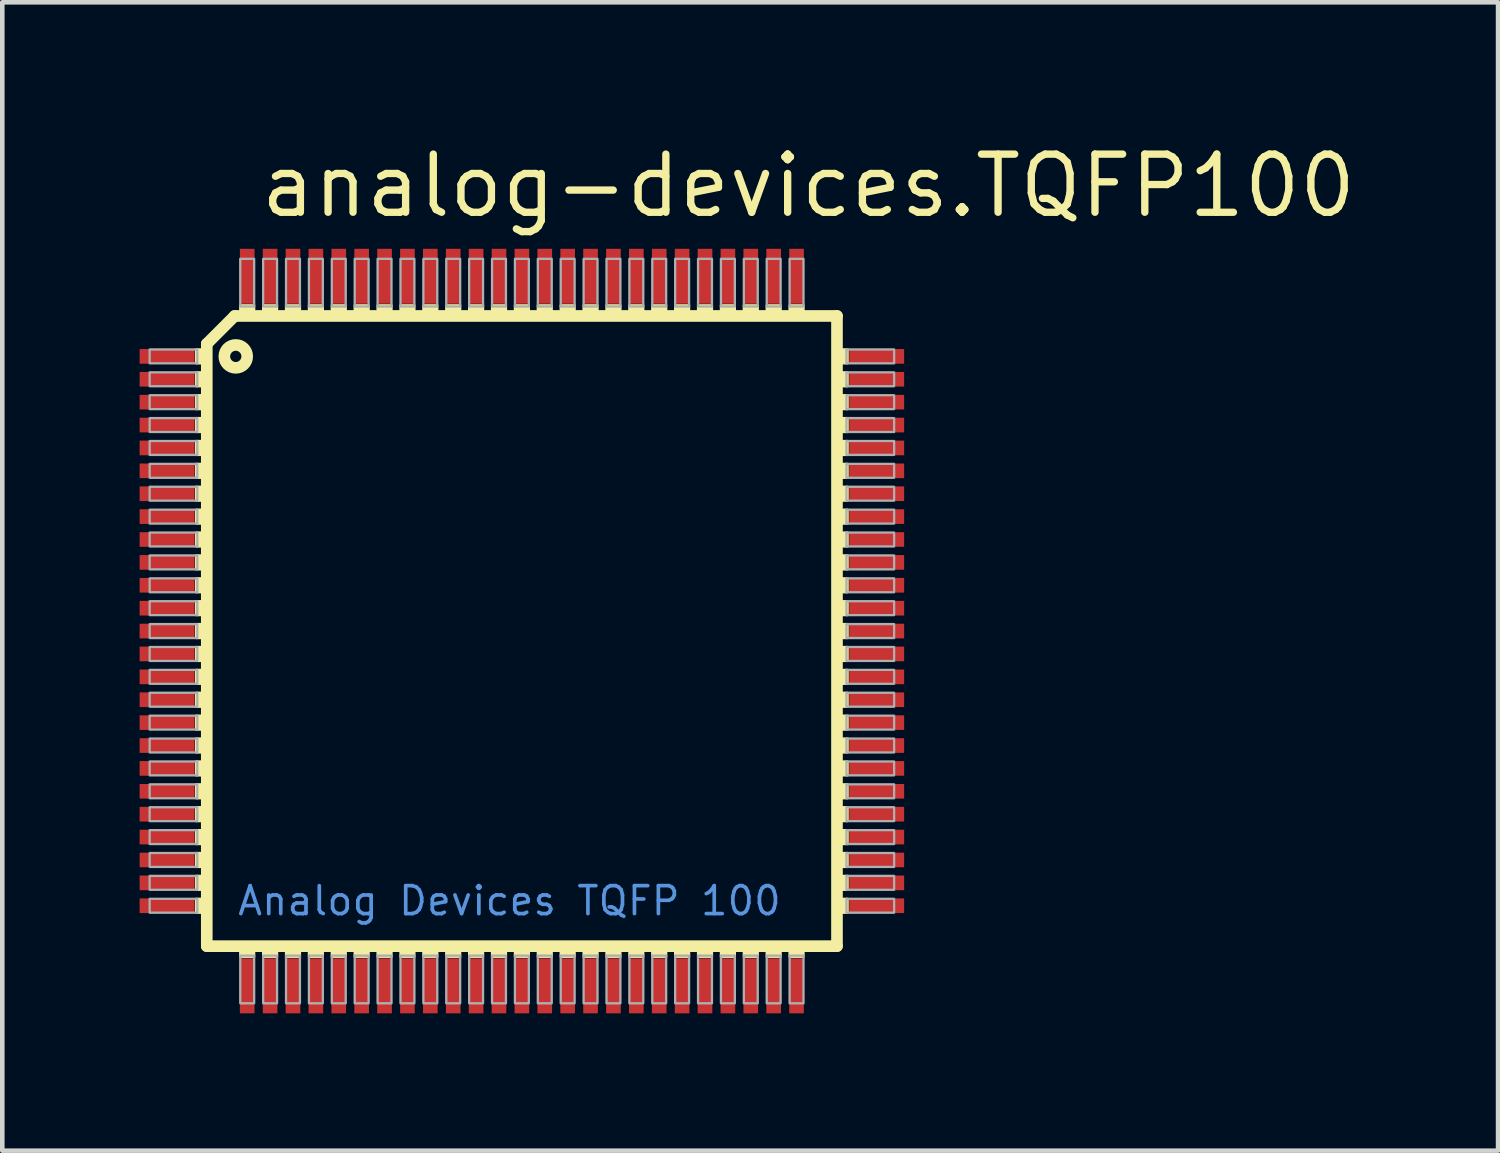
<source format=kicad_pcb>
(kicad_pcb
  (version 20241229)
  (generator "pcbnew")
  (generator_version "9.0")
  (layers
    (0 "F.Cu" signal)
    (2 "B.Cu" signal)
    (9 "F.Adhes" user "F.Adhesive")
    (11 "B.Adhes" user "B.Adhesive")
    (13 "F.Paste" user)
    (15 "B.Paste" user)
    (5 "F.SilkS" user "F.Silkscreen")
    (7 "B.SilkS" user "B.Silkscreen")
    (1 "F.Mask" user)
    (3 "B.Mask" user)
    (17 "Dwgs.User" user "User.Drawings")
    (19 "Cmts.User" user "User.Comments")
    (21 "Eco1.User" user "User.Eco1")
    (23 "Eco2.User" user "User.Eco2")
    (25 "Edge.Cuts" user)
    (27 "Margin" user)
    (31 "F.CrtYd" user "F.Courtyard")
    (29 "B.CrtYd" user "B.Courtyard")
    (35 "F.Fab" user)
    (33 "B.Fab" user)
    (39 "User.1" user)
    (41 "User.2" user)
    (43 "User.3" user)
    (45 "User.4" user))
  (footprint "analog-devices.TQFP100"
    (layer "F.Cu")
    (at 8.35 10.735)
    (property "Reference" "analog-devices.TQFP100" (at -5.79 -8.985 0) (layer "F.SilkS") (effects (font (size 1.27 1.27) (thickness 0.16)) (justify left bottom)))
    (attr smd)
    (fp_line (start -6.883 -6.274) (end -6.274 -6.883) (stroke (width 0.254) (type default)) (layer "F.SilkS"))
    (fp_line (start -6.883 6.883) (end -6.883 -6.274) (stroke (width 0.254) (type default)) (layer "F.SilkS"))
    (fp_line (start -6.274 -6.883) (end 6.883 -6.883) (stroke (width 0.254) (type default)) (layer "F.SilkS"))
    (fp_line (start 6.883 -6.883) (end 6.883 6.883) (stroke (width 0.254) (type default)) (layer "F.SilkS"))
    (fp_line (start 6.883 6.883) (end -6.883 6.883) (stroke (width 0.254) (type default)) (layer "F.SilkS"))
    (fp_rect (start -7.115 -5.848) (end -6.861 -6.152) (stroke (width 0.05) (type default)) (fill yes) (layer "F.SilkS"))
    (fp_rect (start -7.115 -5.348) (end -6.861 -5.652) (stroke (width 0.05) (type default)) (fill yes) (layer "F.SilkS"))
    (fp_rect (start -7.115 -4.848) (end -6.861 -5.152) (stroke (width 0.05) (type default)) (fill yes) (layer "F.SilkS"))
    (fp_rect (start -7.115 -4.348) (end -6.861 -4.652) (stroke (width 0.05) (type default)) (fill yes) (layer "F.SilkS"))
    (fp_rect (start -7.115 -3.848) (end -6.861 -4.152) (stroke (width 0.05) (type default)) (fill yes) (layer "F.SilkS"))
    (fp_rect (start -7.115 -3.348) (end -6.861 -3.652) (stroke (width 0.05) (type default)) (fill yes) (layer "F.SilkS"))
    (fp_rect (start -7.115 -2.848) (end -6.861 -3.152) (stroke (width 0.05) (type default)) (fill yes) (layer "F.SilkS"))
    (fp_rect (start -7.115 -2.348) (end -6.861 -2.652) (stroke (width 0.05) (type default)) (fill yes) (layer "F.SilkS"))
    (fp_rect (start -7.115 -1.848) (end -6.861 -2.152) (stroke (width 0.05) (type default)) (fill yes) (layer "F.SilkS"))
    (fp_rect (start -7.115 -1.348) (end -6.861 -1.652) (stroke (width 0.05) (type default)) (fill yes) (layer "F.SilkS"))
    (fp_rect (start -7.115 -0.848) (end -6.861 -1.152) (stroke (width 0.05) (type default)) (fill yes) (layer "F.SilkS"))
    (fp_rect (start -7.115 -0.348) (end -6.861 -0.652) (stroke (width 0.05) (type default)) (fill yes) (layer "F.SilkS"))
    (fp_rect (start -7.115 0.152) (end -6.861 -0.152) (stroke (width 0.05) (type default)) (fill yes) (layer "F.SilkS"))
    (fp_rect (start -7.115 0.652) (end -6.861 0.348) (stroke (width 0.05) (type default)) (fill yes) (layer "F.SilkS"))
    (fp_rect (start -7.115 1.152) (end -6.861 0.848) (stroke (width 0.05) (type default)) (fill yes) (layer "F.SilkS"))
    (fp_rect (start -7.115 1.652) (end -6.861 1.348) (stroke (width 0.05) (type default)) (fill yes) (layer "F.SilkS"))
    (fp_rect (start -7.115 2.152) (end -6.861 1.848) (stroke (width 0.05) (type default)) (fill yes) (layer "F.SilkS"))
    (fp_rect (start -7.115 2.652) (end -6.861 2.348) (stroke (width 0.05) (type default)) (fill yes) (layer "F.SilkS"))
    (fp_rect (start -7.115 3.152) (end -6.861 2.848) (stroke (width 0.05) (type default)) (fill yes) (layer "F.SilkS"))
    (fp_rect (start -7.115 3.652) (end -6.861 3.348) (stroke (width 0.05) (type default)) (fill yes) (layer "F.SilkS"))
    (fp_rect (start -7.115 4.152) (end -6.861 3.848) (stroke (width 0.05) (type default)) (fill yes) (layer "F.SilkS"))
    (fp_rect (start -7.115 4.652) (end -6.861 4.348) (stroke (width 0.05) (type default)) (fill yes) (layer "F.SilkS"))
    (fp_rect (start -7.115 5.152) (end -6.861 4.848) (stroke (width 0.05) (type default)) (fill yes) (layer "F.SilkS"))
    (fp_rect (start -7.115 5.652) (end -6.861 5.348) (stroke (width 0.05) (type default)) (fill yes) (layer "F.SilkS"))
    (fp_rect (start -7.115 6.152) (end -6.861 5.848) (stroke (width 0.05) (type default)) (fill yes) (layer "F.SilkS"))
    (fp_rect (start -6.152 -6.861) (end -5.848 -7.115) (stroke (width 0.05) (type default)) (fill yes) (layer "F.SilkS"))
    (fp_rect (start -6.152 7.115) (end -5.848 6.861) (stroke (width 0.05) (type default)) (fill yes) (layer "F.SilkS"))
    (fp_rect (start -5.652 -6.861) (end -5.348 -7.115) (stroke (width 0.05) (type default)) (fill yes) (layer "F.SilkS"))
    (fp_rect (start -5.652 7.115) (end -5.348 6.861) (stroke (width 0.05) (type default)) (fill yes) (layer "F.SilkS"))
    (fp_rect (start -5.152 -6.861) (end -4.848 -7.115) (stroke (width 0.05) (type default)) (fill yes) (layer "F.SilkS"))
    (fp_rect (start -5.152 7.115) (end -4.848 6.861) (stroke (width 0.05) (type default)) (fill yes) (layer "F.SilkS"))
    (fp_rect (start -4.652 -6.861) (end -4.348 -7.115) (stroke (width 0.05) (type default)) (fill yes) (layer "F.SilkS"))
    (fp_rect (start -4.652 7.115) (end -4.348 6.861) (stroke (width 0.05) (type default)) (fill yes) (layer "F.SilkS"))
    (fp_rect (start -4.152 -6.861) (end -3.848 -7.115) (stroke (width 0.05) (type default)) (fill yes) (layer "F.SilkS"))
    (fp_rect (start -4.152 7.115) (end -3.848 6.861) (stroke (width 0.05) (type default)) (fill yes) (layer "F.SilkS"))
    (fp_rect (start -3.652 -6.861) (end -3.348 -7.115) (stroke (width 0.05) (type default)) (fill yes) (layer "F.SilkS"))
    (fp_rect (start -3.652 7.115) (end -3.348 6.861) (stroke (width 0.05) (type default)) (fill yes) (layer "F.SilkS"))
    (fp_rect (start -3.152 -6.861) (end -2.848 -7.115) (stroke (width 0.05) (type default)) (fill yes) (layer "F.SilkS"))
    (fp_rect (start -3.152 7.115) (end -2.848 6.861) (stroke (width 0.05) (type default)) (fill yes) (layer "F.SilkS"))
    (fp_rect (start -2.652 -6.861) (end -2.348 -7.115) (stroke (width 0.05) (type default)) (fill yes) (layer "F.SilkS"))
    (fp_rect (start -2.652 7.115) (end -2.348 6.861) (stroke (width 0.05) (type default)) (fill yes) (layer "F.SilkS"))
    (fp_rect (start -2.152 -6.861) (end -1.848 -7.115) (stroke (width 0.05) (type default)) (fill yes) (layer "F.SilkS"))
    (fp_rect (start -2.152 7.115) (end -1.848 6.861) (stroke (width 0.05) (type default)) (fill yes) (layer "F.SilkS"))
    (fp_rect (start -1.652 -6.861) (end -1.348 -7.115) (stroke (width 0.05) (type default)) (fill yes) (layer "F.SilkS"))
    (fp_rect (start -1.652 7.115) (end -1.348 6.861) (stroke (width 0.05) (type default)) (fill yes) (layer "F.SilkS"))
    (fp_rect (start -1.152 -6.861) (end -0.848 -7.115) (stroke (width 0.05) (type default)) (fill yes) (layer "F.SilkS"))
    (fp_rect (start -1.152 7.115) (end -0.848 6.861) (stroke (width 0.05) (type default)) (fill yes) (layer "F.SilkS"))
    (fp_rect (start -0.652 -6.861) (end -0.348 -7.115) (stroke (width 0.05) (type default)) (fill yes) (layer "F.SilkS"))
    (fp_rect (start -0.652 7.115) (end -0.348 6.861) (stroke (width 0.05) (type default)) (fill yes) (layer "F.SilkS"))
    (fp_rect (start -0.152 -6.861) (end 0.152 -7.115) (stroke (width 0.05) (type default)) (fill yes) (layer "F.SilkS"))
    (fp_rect (start -0.152 7.115) (end 0.152 6.861) (stroke (width 0.05) (type default)) (fill yes) (layer "F.SilkS"))
    (fp_rect (start 0.348 -6.861) (end 0.652 -7.115) (stroke (width 0.05) (type default)) (fill yes) (layer "F.SilkS"))
    (fp_rect (start 0.348 7.115) (end 0.652 6.861) (stroke (width 0.05) (type default)) (fill yes) (layer "F.SilkS"))
    (fp_rect (start 0.848 -6.861) (end 1.152 -7.115) (stroke (width 0.05) (type default)) (fill yes) (layer "F.SilkS"))
    (fp_rect (start 0.848 7.115) (end 1.152 6.861) (stroke (width 0.05) (type default)) (fill yes) (layer "F.SilkS"))
    (fp_rect (start 1.348 -6.861) (end 1.652 -7.115) (stroke (width 0.05) (type default)) (fill yes) (layer "F.SilkS"))
    (fp_rect (start 1.348 7.115) (end 1.652 6.861) (stroke (width 0.05) (type default)) (fill yes) (layer "F.SilkS"))
    (fp_rect (start 1.848 -6.861) (end 2.152 -7.115) (stroke (width 0.05) (type default)) (fill yes) (layer "F.SilkS"))
    (fp_rect (start 1.848 7.115) (end 2.152 6.861) (stroke (width 0.05) (type default)) (fill yes) (layer "F.SilkS"))
    (fp_rect (start 2.348 -6.861) (end 2.652 -7.115) (stroke (width 0.05) (type default)) (fill yes) (layer "F.SilkS"))
    (fp_rect (start 2.348 7.115) (end 2.652 6.861) (stroke (width 0.05) (type default)) (fill yes) (layer "F.SilkS"))
    (fp_rect (start 2.848 -6.861) (end 3.152 -7.115) (stroke (width 0.05) (type default)) (fill yes) (layer "F.SilkS"))
    (fp_rect (start 2.848 7.115) (end 3.152 6.861) (stroke (width 0.05) (type default)) (fill yes) (layer "F.SilkS"))
    (fp_rect (start 3.348 -6.861) (end 3.652 -7.115) (stroke (width 0.05) (type default)) (fill yes) (layer "F.SilkS"))
    (fp_rect (start 3.348 7.115) (end 3.652 6.861) (stroke (width 0.05) (type default)) (fill yes) (layer "F.SilkS"))
    (fp_rect (start 3.848 -6.861) (end 4.152 -7.115) (stroke (width 0.05) (type default)) (fill yes) (layer "F.SilkS"))
    (fp_rect (start 3.848 7.115) (end 4.152 6.861) (stroke (width 0.05) (type default)) (fill yes) (layer "F.SilkS"))
    (fp_rect (start 4.348 -6.861) (end 4.652 -7.115) (stroke (width 0.05) (type default)) (fill yes) (layer "F.SilkS"))
    (fp_rect (start 4.348 7.115) (end 4.652 6.861) (stroke (width 0.05) (type default)) (fill yes) (layer "F.SilkS"))
    (fp_rect (start 4.848 -6.861) (end 5.152 -7.115) (stroke (width 0.05) (type default)) (fill yes) (layer "F.SilkS"))
    (fp_rect (start 4.848 7.115) (end 5.152 6.861) (stroke (width 0.05) (type default)) (fill yes) (layer "F.SilkS"))
    (fp_rect (start 5.348 -6.861) (end 5.652 -7.115) (stroke (width 0.05) (type default)) (fill yes) (layer "F.SilkS"))
    (fp_rect (start 5.348 7.115) (end 5.652 6.861) (stroke (width 0.05) (type default)) (fill yes) (layer "F.SilkS"))
    (fp_rect (start 5.848 -6.861) (end 6.152 -7.115) (stroke (width 0.05) (type default)) (fill yes) (layer "F.SilkS"))
    (fp_rect (start 5.848 7.115) (end 6.152 6.861) (stroke (width 0.05) (type default)) (fill yes) (layer "F.SilkS"))
    (fp_rect (start 6.861 -5.848) (end 7.115 -6.152) (stroke (width 0.05) (type default)) (fill yes) (layer "F.SilkS"))
    (fp_rect (start 6.861 -5.348) (end 7.115 -5.652) (stroke (width 0.05) (type default)) (fill yes) (layer "F.SilkS"))
    (fp_rect (start 6.861 -4.848) (end 7.115 -5.152) (stroke (width 0.05) (type default)) (fill yes) (layer "F.SilkS"))
    (fp_rect (start 6.861 -4.348) (end 7.115 -4.652) (stroke (width 0.05) (type default)) (fill yes) (layer "F.SilkS"))
    (fp_rect (start 6.861 -3.848) (end 7.115 -4.152) (stroke (width 0.05) (type default)) (fill yes) (layer "F.SilkS"))
    (fp_rect (start 6.861 -3.348) (end 7.115 -3.652) (stroke (width 0.05) (type default)) (fill yes) (layer "F.SilkS"))
    (fp_rect (start 6.861 -2.848) (end 7.115 -3.152) (stroke (width 0.05) (type default)) (fill yes) (layer "F.SilkS"))
    (fp_rect (start 6.861 -2.348) (end 7.115 -2.652) (stroke (width 0.05) (type default)) (fill yes) (layer "F.SilkS"))
    (fp_rect (start 6.861 -1.848) (end 7.115 -2.152) (stroke (width 0.05) (type default)) (fill yes) (layer "F.SilkS"))
    (fp_rect (start 6.861 -1.348) (end 7.115 -1.652) (stroke (width 0.05) (type default)) (fill yes) (layer "F.SilkS"))
    (fp_rect (start 6.861 -0.848) (end 7.115 -1.152) (stroke (width 0.05) (type default)) (fill yes) (layer "F.SilkS"))
    (fp_rect (start 6.861 -0.348) (end 7.115 -0.652) (stroke (width 0.05) (type default)) (fill yes) (layer "F.SilkS"))
    (fp_rect (start 6.861 0.152) (end 7.115 -0.152) (stroke (width 0.05) (type default)) (fill yes) (layer "F.SilkS"))
    (fp_rect (start 6.861 0.652) (end 7.115 0.348) (stroke (width 0.05) (type default)) (fill yes) (layer "F.SilkS"))
    (fp_rect (start 6.861 1.152) (end 7.115 0.848) (stroke (width 0.05) (type default)) (fill yes) (layer "F.SilkS"))
    (fp_rect (start 6.861 1.652) (end 7.115 1.348) (stroke (width 0.05) (type default)) (fill yes) (layer "F.SilkS"))
    (fp_rect (start 6.861 2.152) (end 7.115 1.848) (stroke (width 0.05) (type default)) (fill yes) (layer "F.SilkS"))
    (fp_rect (start 6.861 2.652) (end 7.115 2.348) (stroke (width 0.05) (type default)) (fill yes) (layer "F.SilkS"))
    (fp_rect (start 6.861 3.152) (end 7.115 2.848) (stroke (width 0.05) (type default)) (fill yes) (layer "F.SilkS"))
    (fp_rect (start 6.861 3.652) (end 7.115 3.348) (stroke (width 0.05) (type default)) (fill yes) (layer "F.SilkS"))
    (fp_rect (start 6.861 4.152) (end 7.115 3.848) (stroke (width 0.05) (type default)) (fill yes) (layer "F.SilkS"))
    (fp_rect (start 6.861 4.652) (end 7.115 4.348) (stroke (width 0.05) (type default)) (fill yes) (layer "F.SilkS"))
    (fp_rect (start 6.861 5.152) (end 7.115 4.848) (stroke (width 0.05) (type default)) (fill yes) (layer "F.SilkS"))
    (fp_rect (start 6.861 5.652) (end 7.115 5.348) (stroke (width 0.05) (type default)) (fill yes) (layer "F.SilkS"))
    (fp_rect (start 6.861 6.152) (end 7.115 5.848) (stroke (width 0.05) (type default)) (fill yes) (layer "F.SilkS"))
    (fp_circle (center -6.25 -6) (end -6 -6) (stroke (width 0.254) (type default)) (fill no) (layer "F.SilkS"))
    (fp_rect (start -8.131 -5.848) (end -7.09 -6.152) (stroke (width 0.05) (type default)) (fill no) (layer "F.Fab"))
    (fp_rect (start -8.131 -5.348) (end -7.09 -5.652) (stroke (width 0.05) (type default)) (fill no) (layer "F.Fab"))
    (fp_rect (start -8.131 -4.848) (end -7.09 -5.152) (stroke (width 0.05) (type default)) (fill no) (layer "F.Fab"))
    (fp_rect (start -8.131 -4.348) (end -7.09 -4.652) (stroke (width 0.05) (type default)) (fill no) (layer "F.Fab"))
    (fp_rect (start -8.131 -3.848) (end -7.09 -4.152) (stroke (width 0.05) (type default)) (fill no) (layer "F.Fab"))
    (fp_rect (start -8.131 -3.348) (end -7.09 -3.652) (stroke (width 0.05) (type default)) (fill no) (layer "F.Fab"))
    (fp_rect (start -8.131 -2.848) (end -7.09 -3.152) (stroke (width 0.05) (type default)) (fill no) (layer "F.Fab"))
    (fp_rect (start -8.131 -2.348) (end -7.09 -2.652) (stroke (width 0.05) (type default)) (fill no) (layer "F.Fab"))
    (fp_rect (start -8.131 -1.848) (end -7.09 -2.152) (stroke (width 0.05) (type default)) (fill no) (layer "F.Fab"))
    (fp_rect (start -8.131 -1.348) (end -7.09 -1.652) (stroke (width 0.05) (type default)) (fill no) (layer "F.Fab"))
    (fp_rect (start -8.131 -0.848) (end -7.09 -1.152) (stroke (width 0.05) (type default)) (fill no) (layer "F.Fab"))
    (fp_rect (start -8.131 -0.348) (end -7.09 -0.652) (stroke (width 0.05) (type default)) (fill no) (layer "F.Fab"))
    (fp_rect (start -8.131 0.152) (end -7.09 -0.152) (stroke (width 0.05) (type default)) (fill no) (layer "F.Fab"))
    (fp_rect (start -8.131 0.652) (end -7.09 0.348) (stroke (width 0.05) (type default)) (fill no) (layer "F.Fab"))
    (fp_rect (start -8.131 1.152) (end -7.09 0.848) (stroke (width 0.05) (type default)) (fill no) (layer "F.Fab"))
    (fp_rect (start -8.131 1.652) (end -7.09 1.348) (stroke (width 0.05) (type default)) (fill no) (layer "F.Fab"))
    (fp_rect (start -8.131 2.152) (end -7.09 1.848) (stroke (width 0.05) (type default)) (fill no) (layer "F.Fab"))
    (fp_rect (start -8.131 2.652) (end -7.09 2.348) (stroke (width 0.05) (type default)) (fill no) (layer "F.Fab"))
    (fp_rect (start -8.131 3.152) (end -7.09 2.848) (stroke (width 0.05) (type default)) (fill no) (layer "F.Fab"))
    (fp_rect (start -8.131 3.652) (end -7.09 3.348) (stroke (width 0.05) (type default)) (fill no) (layer "F.Fab"))
    (fp_rect (start -8.131 4.152) (end -7.09 3.848) (stroke (width 0.05) (type default)) (fill no) (layer "F.Fab"))
    (fp_rect (start -8.131 4.652) (end -7.09 4.348) (stroke (width 0.05) (type default)) (fill no) (layer "F.Fab"))
    (fp_rect (start -8.131 5.152) (end -7.09 4.848) (stroke (width 0.05) (type default)) (fill no) (layer "F.Fab"))
    (fp_rect (start -8.131 5.652) (end -7.09 5.348) (stroke (width 0.05) (type default)) (fill no) (layer "F.Fab"))
    (fp_rect (start -8.131 6.152) (end -7.09 5.848) (stroke (width 0.05) (type default)) (fill no) (layer "F.Fab"))
    (fp_rect (start -6.152 -7.09) (end -5.848 -8.131) (stroke (width 0.05) (type default)) (fill no) (layer "F.Fab"))
    (fp_rect (start -6.152 8.131) (end -5.848 7.09) (stroke (width 0.05) (type default)) (fill no) (layer "F.Fab"))
    (fp_rect (start -5.652 -7.09) (end -5.348 -8.131) (stroke (width 0.05) (type default)) (fill no) (layer "F.Fab"))
    (fp_rect (start -5.652 8.131) (end -5.348 7.09) (stroke (width 0.05) (type default)) (fill no) (layer "F.Fab"))
    (fp_rect (start -5.152 -7.09) (end -4.848 -8.131) (stroke (width 0.05) (type default)) (fill no) (layer "F.Fab"))
    (fp_rect (start -5.152 8.131) (end -4.848 7.09) (stroke (width 0.05) (type default)) (fill no) (layer "F.Fab"))
    (fp_rect (start -4.652 -7.09) (end -4.348 -8.131) (stroke (width 0.05) (type default)) (fill no) (layer "F.Fab"))
    (fp_rect (start -4.652 8.131) (end -4.348 7.09) (stroke (width 0.05) (type default)) (fill no) (layer "F.Fab"))
    (fp_rect (start -4.152 -7.09) (end -3.848 -8.131) (stroke (width 0.05) (type default)) (fill no) (layer "F.Fab"))
    (fp_rect (start -4.152 8.131) (end -3.848 7.09) (stroke (width 0.05) (type default)) (fill no) (layer "F.Fab"))
    (fp_rect (start -3.652 -7.09) (end -3.348 -8.131) (stroke (width 0.05) (type default)) (fill no) (layer "F.Fab"))
    (fp_rect (start -3.652 8.131) (end -3.348 7.09) (stroke (width 0.05) (type default)) (fill no) (layer "F.Fab"))
    (fp_rect (start -3.152 -7.09) (end -2.848 -8.131) (stroke (width 0.05) (type default)) (fill no) (layer "F.Fab"))
    (fp_rect (start -3.152 8.131) (end -2.848 7.09) (stroke (width 0.05) (type default)) (fill no) (layer "F.Fab"))
    (fp_rect (start -2.652 -7.09) (end -2.348 -8.131) (stroke (width 0.05) (type default)) (fill no) (layer "F.Fab"))
    (fp_rect (start -2.652 8.131) (end -2.348 7.09) (stroke (width 0.05) (type default)) (fill no) (layer "F.Fab"))
    (fp_rect (start -2.152 -7.09) (end -1.848 -8.131) (stroke (width 0.05) (type default)) (fill no) (layer "F.Fab"))
    (fp_rect (start -2.152 8.131) (end -1.848 7.09) (stroke (width 0.05) (type default)) (fill no) (layer "F.Fab"))
    (fp_rect (start -1.652 -7.09) (end -1.348 -8.131) (stroke (width 0.05) (type default)) (fill no) (layer "F.Fab"))
    (fp_rect (start -1.652 8.131) (end -1.348 7.09) (stroke (width 0.05) (type default)) (fill no) (layer "F.Fab"))
    (fp_rect (start -1.152 -7.09) (end -0.848 -8.131) (stroke (width 0.05) (type default)) (fill no) (layer "F.Fab"))
    (fp_rect (start -1.152 8.131) (end -0.848 7.09) (stroke (width 0.05) (type default)) (fill no) (layer "F.Fab"))
    (fp_rect (start -0.652 -7.09) (end -0.348 -8.131) (stroke (width 0.05) (type default)) (fill no) (layer "F.Fab"))
    (fp_rect (start -0.652 8.131) (end -0.348 7.09) (stroke (width 0.05) (type default)) (fill no) (layer "F.Fab"))
    (fp_rect (start -0.152 -7.09) (end 0.152 -8.131) (stroke (width 0.05) (type default)) (fill no) (layer "F.Fab"))
    (fp_rect (start -0.152 8.131) (end 0.152 7.09) (stroke (width 0.05) (type default)) (fill no) (layer "F.Fab"))
    (fp_rect (start 0.348 -7.09) (end 0.652 -8.131) (stroke (width 0.05) (type default)) (fill no) (layer "F.Fab"))
    (fp_rect (start 0.348 8.131) (end 0.652 7.09) (stroke (width 0.05) (type default)) (fill no) (layer "F.Fab"))
    (fp_rect (start 0.848 -7.09) (end 1.152 -8.131) (stroke (width 0.05) (type default)) (fill no) (layer "F.Fab"))
    (fp_rect (start 0.848 8.131) (end 1.152 7.09) (stroke (width 0.05) (type default)) (fill no) (layer "F.Fab"))
    (fp_rect (start 1.348 -7.09) (end 1.652 -8.131) (stroke (width 0.05) (type default)) (fill no) (layer "F.Fab"))
    (fp_rect (start 1.348 8.131) (end 1.652 7.09) (stroke (width 0.05) (type default)) (fill no) (layer "F.Fab"))
    (fp_rect (start 1.848 -7.09) (end 2.152 -8.131) (stroke (width 0.05) (type default)) (fill no) (layer "F.Fab"))
    (fp_rect (start 1.848 8.131) (end 2.152 7.09) (stroke (width 0.05) (type default)) (fill no) (layer "F.Fab"))
    (fp_rect (start 2.348 -7.09) (end 2.652 -8.131) (stroke (width 0.05) (type default)) (fill no) (layer "F.Fab"))
    (fp_rect (start 2.348 8.131) (end 2.652 7.09) (stroke (width 0.05) (type default)) (fill no) (layer "F.Fab"))
    (fp_rect (start 2.848 -7.09) (end 3.152 -8.131) (stroke (width 0.05) (type default)) (fill no) (layer "F.Fab"))
    (fp_rect (start 2.848 8.131) (end 3.152 7.09) (stroke (width 0.05) (type default)) (fill no) (layer "F.Fab"))
    (fp_rect (start 3.348 -7.09) (end 3.652 -8.131) (stroke (width 0.05) (type default)) (fill no) (layer "F.Fab"))
    (fp_rect (start 3.348 8.131) (end 3.652 7.09) (stroke (width 0.05) (type default)) (fill no) (layer "F.Fab"))
    (fp_rect (start 3.848 -7.09) (end 4.152 -8.131) (stroke (width 0.05) (type default)) (fill no) (layer "F.Fab"))
    (fp_rect (start 3.848 8.131) (end 4.152 7.09) (stroke (width 0.05) (type default)) (fill no) (layer "F.Fab"))
    (fp_rect (start 4.348 -7.09) (end 4.652 -8.131) (stroke (width 0.05) (type default)) (fill no) (layer "F.Fab"))
    (fp_rect (start 4.348 8.131) (end 4.652 7.09) (stroke (width 0.05) (type default)) (fill no) (layer "F.Fab"))
    (fp_rect (start 4.848 -7.09) (end 5.152 -8.131) (stroke (width 0.05) (type default)) (fill no) (layer "F.Fab"))
    (fp_rect (start 4.848 8.131) (end 5.152 7.09) (stroke (width 0.05) (type default)) (fill no) (layer "F.Fab"))
    (fp_rect (start 5.348 -7.09) (end 5.652 -8.131) (stroke (width 0.05) (type default)) (fill no) (layer "F.Fab"))
    (fp_rect (start 5.348 8.131) (end 5.652 7.09) (stroke (width 0.05) (type default)) (fill no) (layer "F.Fab"))
    (fp_rect (start 5.848 -7.09) (end 6.152 -8.131) (stroke (width 0.05) (type default)) (fill no) (layer "F.Fab"))
    (fp_rect (start 5.848 8.131) (end 6.152 7.09) (stroke (width 0.05) (type default)) (fill no) (layer "F.Fab"))
    (fp_rect (start 7.09 -5.848) (end 8.131 -6.152) (stroke (width 0.05) (type default)) (fill no) (layer "F.Fab"))
    (fp_rect (start 7.09 -5.348) (end 8.131 -5.652) (stroke (width 0.05) (type default)) (fill no) (layer "F.Fab"))
    (fp_rect (start 7.09 -4.848) (end 8.131 -5.152) (stroke (width 0.05) (type default)) (fill no) (layer "F.Fab"))
    (fp_rect (start 7.09 -4.348) (end 8.131 -4.652) (stroke (width 0.05) (type default)) (fill no) (layer "F.Fab"))
    (fp_rect (start 7.09 -3.848) (end 8.131 -4.152) (stroke (width 0.05) (type default)) (fill no) (layer "F.Fab"))
    (fp_rect (start 7.09 -3.348) (end 8.131 -3.652) (stroke (width 0.05) (type default)) (fill no) (layer "F.Fab"))
    (fp_rect (start 7.09 -2.848) (end 8.131 -3.152) (stroke (width 0.05) (type default)) (fill no) (layer "F.Fab"))
    (fp_rect (start 7.09 -2.348) (end 8.131 -2.652) (stroke (width 0.05) (type default)) (fill no) (layer "F.Fab"))
    (fp_rect (start 7.09 -1.848) (end 8.131 -2.152) (stroke (width 0.05) (type default)) (fill no) (layer "F.Fab"))
    (fp_rect (start 7.09 -1.348) (end 8.131 -1.652) (stroke (width 0.05) (type default)) (fill no) (layer "F.Fab"))
    (fp_rect (start 7.09 -0.848) (end 8.131 -1.152) (stroke (width 0.05) (type default)) (fill no) (layer "F.Fab"))
    (fp_rect (start 7.09 -0.348) (end 8.131 -0.652) (stroke (width 0.05) (type default)) (fill no) (layer "F.Fab"))
    (fp_rect (start 7.09 0.152) (end 8.131 -0.152) (stroke (width 0.05) (type default)) (fill no) (layer "F.Fab"))
    (fp_rect (start 7.09 0.652) (end 8.131 0.348) (stroke (width 0.05) (type default)) (fill no) (layer "F.Fab"))
    (fp_rect (start 7.09 1.152) (end 8.131 0.848) (stroke (width 0.05) (type default)) (fill no) (layer "F.Fab"))
    (fp_rect (start 7.09 1.652) (end 8.131 1.348) (stroke (width 0.05) (type default)) (fill no) (layer "F.Fab"))
    (fp_rect (start 7.09 2.152) (end 8.131 1.848) (stroke (width 0.05) (type default)) (fill no) (layer "F.Fab"))
    (fp_rect (start 7.09 2.652) (end 8.131 2.348) (stroke (width 0.05) (type default)) (fill no) (layer "F.Fab"))
    (fp_rect (start 7.09 3.152) (end 8.131 2.848) (stroke (width 0.05) (type default)) (fill no) (layer "F.Fab"))
    (fp_rect (start 7.09 3.652) (end 8.131 3.348) (stroke (width 0.05) (type default)) (fill no) (layer "F.Fab"))
    (fp_rect (start 7.09 4.152) (end 8.131 3.848) (stroke (width 0.05) (type default)) (fill no) (layer "F.Fab"))
    (fp_rect (start 7.09 4.652) (end 8.131 4.348) (stroke (width 0.05) (type default)) (fill no) (layer "F.Fab"))
    (fp_rect (start 7.09 5.152) (end 8.131 4.848) (stroke (width 0.05) (type default)) (fill no) (layer "F.Fab"))
    (fp_rect (start 7.09 5.652) (end 8.131 5.348) (stroke (width 0.05) (type default)) (fill no) (layer "F.Fab"))
    (fp_rect (start 7.09 6.152) (end 8.131 5.848) (stroke (width 0.05) (type default)) (fill no) (layer "F.Fab"))
    (fp_text user "Analog Devices TQFP 100" (at -6.25 6.25 0) (layer "Cmts.User") (effects (font (size 0.61 0.61) (thickness 0.08)) (justify left bottom)))
    (pad "1" smd roundrect (at -7.75 -6) (size 1.2 0.32) (layers "F.Cu" "F.Mask" "F.Paste") (roundrect_rratio 0.01))
    (pad "2" smd roundrect (at -7.75 -5.5) (size 1.2 0.32) (layers "F.Cu" "F.Mask" "F.Paste") (roundrect_rratio 0.01))
    (pad "3" smd roundrect (at -7.75 -5) (size 1.2 0.32) (layers "F.Cu" "F.Mask" "F.Paste") (roundrect_rratio 0.01))
    (pad "4" smd roundrect (at -7.75 -4.5) (size 1.2 0.32) (layers "F.Cu" "F.Mask" "F.Paste") (roundrect_rratio 0.01))
    (pad "5" smd roundrect (at -7.75 -4) (size 1.2 0.32) (layers "F.Cu" "F.Mask" "F.Paste") (roundrect_rratio 0.01))
    (pad "6" smd roundrect (at -7.75 -3.5) (size 1.2 0.32) (layers "F.Cu" "F.Mask" "F.Paste") (roundrect_rratio 0.01))
    (pad "7" smd roundrect (at -7.75 -3) (size 1.2 0.32) (layers "F.Cu" "F.Mask" "F.Paste") (roundrect_rratio 0.01))
    (pad "8" smd roundrect (at -7.75 -2.5) (size 1.2 0.32) (layers "F.Cu" "F.Mask" "F.Paste") (roundrect_rratio 0.01))
    (pad "9" smd roundrect (at -7.75 -2) (size 1.2 0.32) (layers "F.Cu" "F.Mask" "F.Paste") (roundrect_rratio 0.01))
    (pad "10" smd roundrect (at -7.75 -1.5) (size 1.2 0.32) (layers "F.Cu" "F.Mask" "F.Paste") (roundrect_rratio 0.01))
    (pad "11" smd roundrect (at -7.75 -1) (size 1.2 0.32) (layers "F.Cu" "F.Mask" "F.Paste") (roundrect_rratio 0.01))
    (pad "12" smd roundrect (at -7.75 -0.5) (size 1.2 0.32) (layers "F.Cu" "F.Mask" "F.Paste") (roundrect_rratio 0.01))
    (pad "13" smd roundrect (at -7.75 0) (size 1.2 0.32) (layers "F.Cu" "F.Mask" "F.Paste") (roundrect_rratio 0.01))
    (pad "14" smd roundrect (at -7.75 0.5) (size 1.2 0.32) (layers "F.Cu" "F.Mask" "F.Paste") (roundrect_rratio 0.01))
    (pad "15" smd roundrect (at -7.75 1) (size 1.2 0.32) (layers "F.Cu" "F.Mask" "F.Paste") (roundrect_rratio 0.01))
    (pad "16" smd roundrect (at -7.75 1.5) (size 1.2 0.32) (layers "F.Cu" "F.Mask" "F.Paste") (roundrect_rratio 0.01))
    (pad "17" smd roundrect (at -7.75 2) (size 1.2 0.32) (layers "F.Cu" "F.Mask" "F.Paste") (roundrect_rratio 0.01))
    (pad "18" smd roundrect (at -7.75 2.5) (size 1.2 0.32) (layers "F.Cu" "F.Mask" "F.Paste") (roundrect_rratio 0.01))
    (pad "19" smd roundrect (at -7.75 3) (size 1.2 0.32) (layers "F.Cu" "F.Mask" "F.Paste") (roundrect_rratio 0.01))
    (pad "20" smd roundrect (at -7.75 3.5) (size 1.2 0.32) (layers "F.Cu" "F.Mask" "F.Paste") (roundrect_rratio 0.01))
    (pad "21" smd roundrect (at -7.75 4) (size 1.2 0.32) (layers "F.Cu" "F.Mask" "F.Paste") (roundrect_rratio 0.01))
    (pad "22" smd roundrect (at -7.75 4.5) (size 1.2 0.32) (layers "F.Cu" "F.Mask" "F.Paste") (roundrect_rratio 0.01))
    (pad "23" smd roundrect (at -7.75 5) (size 1.2 0.32) (layers "F.Cu" "F.Mask" "F.Paste") (roundrect_rratio 0.01))
    (pad "24" smd roundrect (at -7.75 5.5) (size 1.2 0.32) (layers "F.Cu" "F.Mask" "F.Paste") (roundrect_rratio 0.01))
    (pad "25" smd roundrect (at -7.75 6) (size 1.2 0.32) (layers "F.Cu" "F.Mask" "F.Paste") (roundrect_rratio 0.01))
    (pad "26" smd roundrect (at -6 7.75) (size 0.32 1.2) (layers "F.Cu" "F.Mask" "F.Paste") (roundrect_rratio 0.01))
    (pad "27" smd roundrect (at -5.5 7.75) (size 0.32 1.2) (layers "F.Cu" "F.Mask" "F.Paste") (roundrect_rratio 0.01))
    (pad "28" smd roundrect (at -5 7.75) (size 0.32 1.2) (layers "F.Cu" "F.Mask" "F.Paste") (roundrect_rratio 0.01))
    (pad "29" smd roundrect (at -4.5 7.75) (size 0.32 1.2) (layers "F.Cu" "F.Mask" "F.Paste") (roundrect_rratio 0.01))
    (pad "30" smd roundrect (at -4 7.75) (size 0.32 1.2) (layers "F.Cu" "F.Mask" "F.Paste") (roundrect_rratio 0.01))
    (pad "31" smd roundrect (at -3.5 7.75) (size 0.32 1.2) (layers "F.Cu" "F.Mask" "F.Paste") (roundrect_rratio 0.01))
    (pad "32" smd roundrect (at -3 7.75) (size 0.32 1.2) (layers "F.Cu" "F.Mask" "F.Paste") (roundrect_rratio 0.01))
    (pad "33" smd roundrect (at -2.5 7.75) (size 0.32 1.2) (layers "F.Cu" "F.Mask" "F.Paste") (roundrect_rratio 0.01))
    (pad "34" smd roundrect (at -2 7.75) (size 0.32 1.2) (layers "F.Cu" "F.Mask" "F.Paste") (roundrect_rratio 0.01))
    (pad "35" smd roundrect (at -1.5 7.75) (size 0.32 1.2) (layers "F.Cu" "F.Mask" "F.Paste") (roundrect_rratio 0.01))
    (pad "36" smd roundrect (at -1 7.75) (size 0.32 1.2) (layers "F.Cu" "F.Mask" "F.Paste") (roundrect_rratio 0.01))
    (pad "37" smd roundrect (at -0.5 7.75) (size 0.32 1.2) (layers "F.Cu" "F.Mask" "F.Paste") (roundrect_rratio 0.01))
    (pad "38" smd roundrect (at 0 7.75) (size 0.32 1.2) (layers "F.Cu" "F.Mask" "F.Paste") (roundrect_rratio 0.01))
    (pad "39" smd roundrect (at 0.5 7.75) (size 0.32 1.2) (layers "F.Cu" "F.Mask" "F.Paste") (roundrect_rratio 0.01))
    (pad "40" smd roundrect (at 1 7.75) (size 0.32 1.2) (layers "F.Cu" "F.Mask" "F.Paste") (roundrect_rratio 0.01))
    (pad "41" smd roundrect (at 1.5 7.75) (size 0.32 1.2) (layers "F.Cu" "F.Mask" "F.Paste") (roundrect_rratio 0.01))
    (pad "42" smd roundrect (at 2 7.75) (size 0.32 1.2) (layers "F.Cu" "F.Mask" "F.Paste") (roundrect_rratio 0.01))
    (pad "43" smd roundrect (at 2.5 7.75) (size 0.32 1.2) (layers "F.Cu" "F.Mask" "F.Paste") (roundrect_rratio 0.01))
    (pad "44" smd roundrect (at 3 7.75) (size 0.32 1.2) (layers "F.Cu" "F.Mask" "F.Paste") (roundrect_rratio 0.01))
    (pad "45" smd roundrect (at 3.5 7.75) (size 0.32 1.2) (layers "F.Cu" "F.Mask" "F.Paste") (roundrect_rratio 0.01))
    (pad "46" smd roundrect (at 4 7.75) (size 0.32 1.2) (layers "F.Cu" "F.Mask" "F.Paste") (roundrect_rratio 0.01))
    (pad "47" smd roundrect (at 4.5 7.75) (size 0.32 1.2) (layers "F.Cu" "F.Mask" "F.Paste") (roundrect_rratio 0.01))
    (pad "48" smd roundrect (at 5 7.75) (size 0.32 1.2) (layers "F.Cu" "F.Mask" "F.Paste") (roundrect_rratio 0.01))
    (pad "49" smd roundrect (at 5.5 7.75) (size 0.32 1.2) (layers "F.Cu" "F.Mask" "F.Paste") (roundrect_rratio 0.01))
    (pad "50" smd roundrect (at 6 7.75) (size 0.32 1.2) (layers "F.Cu" "F.Mask" "F.Paste") (roundrect_rratio 0.01))
    (pad "51" smd roundrect (at 7.75 6) (size 1.2 0.32) (layers "F.Cu" "F.Mask" "F.Paste") (roundrect_rratio 0.01))
    (pad "52" smd roundrect (at 7.75 5.5) (size 1.2 0.32) (layers "F.Cu" "F.Mask" "F.Paste") (roundrect_rratio 0.01))
    (pad "53" smd roundrect (at 7.75 5) (size 1.2 0.32) (layers "F.Cu" "F.Mask" "F.Paste") (roundrect_rratio 0.01))
    (pad "54" smd roundrect (at 7.75 4.5) (size 1.2 0.32) (layers "F.Cu" "F.Mask" "F.Paste") (roundrect_rratio 0.01))
    (pad "55" smd roundrect (at 7.75 4) (size 1.2 0.32) (layers "F.Cu" "F.Mask" "F.Paste") (roundrect_rratio 0.01))
    (pad "56" smd roundrect (at 7.75 3.5) (size 1.2 0.32) (layers "F.Cu" "F.Mask" "F.Paste") (roundrect_rratio 0.01))
    (pad "57" smd roundrect (at 7.75 3) (size 1.2 0.32) (layers "F.Cu" "F.Mask" "F.Paste") (roundrect_rratio 0.01))
    (pad "58" smd roundrect (at 7.75 2.5) (size 1.2 0.32) (layers "F.Cu" "F.Mask" "F.Paste") (roundrect_rratio 0.01))
    (pad "59" smd roundrect (at 7.75 2) (size 1.2 0.32) (layers "F.Cu" "F.Mask" "F.Paste") (roundrect_rratio 0.01))
    (pad "60" smd roundrect (at 7.75 1.5) (size 1.2 0.32) (layers "F.Cu" "F.Mask" "F.Paste") (roundrect_rratio 0.01))
    (pad "61" smd roundrect (at 7.75 1) (size 1.2 0.32) (layers "F.Cu" "F.Mask" "F.Paste") (roundrect_rratio 0.01))
    (pad "62" smd roundrect (at 7.75 0.5) (size 1.2 0.32) (layers "F.Cu" "F.Mask" "F.Paste") (roundrect_rratio 0.01))
    (pad "63" smd roundrect (at 7.75 0) (size 1.2 0.32) (layers "F.Cu" "F.Mask" "F.Paste") (roundrect_rratio 0.01))
    (pad "64" smd roundrect (at 7.75 -0.5) (size 1.2 0.32) (layers "F.Cu" "F.Mask" "F.Paste") (roundrect_rratio 0.01))
    (pad "65" smd roundrect (at 7.75 -1) (size 1.2 0.32) (layers "F.Cu" "F.Mask" "F.Paste") (roundrect_rratio 0.01))
    (pad "66" smd roundrect (at 7.75 -1.5) (size 1.2 0.32) (layers "F.Cu" "F.Mask" "F.Paste") (roundrect_rratio 0.01))
    (pad "67" smd roundrect (at 7.75 -2) (size 1.2 0.32) (layers "F.Cu" "F.Mask" "F.Paste") (roundrect_rratio 0.01))
    (pad "68" smd roundrect (at 7.75 -2.5) (size 1.2 0.32) (layers "F.Cu" "F.Mask" "F.Paste") (roundrect_rratio 0.01))
    (pad "69" smd roundrect (at 7.75 -3) (size 1.2 0.32) (layers "F.Cu" "F.Mask" "F.Paste") (roundrect_rratio 0.01))
    (pad "70" smd roundrect (at 7.75 -3.5) (size 1.2 0.32) (layers "F.Cu" "F.Mask" "F.Paste") (roundrect_rratio 0.01))
    (pad "71" smd roundrect (at 7.75 -4) (size 1.2 0.32) (layers "F.Cu" "F.Mask" "F.Paste") (roundrect_rratio 0.01))
    (pad "72" smd roundrect (at 7.75 -4.5) (size 1.2 0.32) (layers "F.Cu" "F.Mask" "F.Paste") (roundrect_rratio 0.01))
    (pad "73" smd roundrect (at 7.75 -5) (size 1.2 0.32) (layers "F.Cu" "F.Mask" "F.Paste") (roundrect_rratio 0.01))
    (pad "74" smd roundrect (at 7.75 -5.5) (size 1.2 0.32) (layers "F.Cu" "F.Mask" "F.Paste") (roundrect_rratio 0.01))
    (pad "75" smd roundrect (at 7.75 -6) (size 1.2 0.32) (layers "F.Cu" "F.Mask" "F.Paste") (roundrect_rratio 0.01))
    (pad "76" smd roundrect (at 6 -7.75) (size 0.32 1.2) (layers "F.Cu" "F.Mask" "F.Paste") (roundrect_rratio 0.01))
    (pad "77" smd roundrect (at 5.5 -7.75) (size 0.32 1.2) (layers "F.Cu" "F.Mask" "F.Paste") (roundrect_rratio 0.01))
    (pad "78" smd roundrect (at 5 -7.75) (size 0.32 1.2) (layers "F.Cu" "F.Mask" "F.Paste") (roundrect_rratio 0.01))
    (pad "79" smd roundrect (at 4.5 -7.75) (size 0.32 1.2) (layers "F.Cu" "F.Mask" "F.Paste") (roundrect_rratio 0.01))
    (pad "80" smd roundrect (at 4 -7.75) (size 0.32 1.2) (layers "F.Cu" "F.Mask" "F.Paste") (roundrect_rratio 0.01))
    (pad "81" smd roundrect (at 3.5 -7.75) (size 0.32 1.2) (layers "F.Cu" "F.Mask" "F.Paste") (roundrect_rratio 0.01))
    (pad "82" smd roundrect (at 3 -7.75) (size 0.32 1.2) (layers "F.Cu" "F.Mask" "F.Paste") (roundrect_rratio 0.01))
    (pad "83" smd roundrect (at 2.5 -7.75) (size 0.32 1.2) (layers "F.Cu" "F.Mask" "F.Paste") (roundrect_rratio 0.01))
    (pad "84" smd roundrect (at 2 -7.75) (size 0.32 1.2) (layers "F.Cu" "F.Mask" "F.Paste") (roundrect_rratio 0.01))
    (pad "85" smd roundrect (at 1.5 -7.75) (size 0.32 1.2) (layers "F.Cu" "F.Mask" "F.Paste") (roundrect_rratio 0.01))
    (pad "86" smd roundrect (at 1 -7.75) (size 0.32 1.2) (layers "F.Cu" "F.Mask" "F.Paste") (roundrect_rratio 0.01))
    (pad "87" smd roundrect (at 0.5 -7.75) (size 0.32 1.2) (layers "F.Cu" "F.Mask" "F.Paste") (roundrect_rratio 0.01))
    (pad "88" smd roundrect (at 0 -7.75) (size 0.32 1.2) (layers "F.Cu" "F.Mask" "F.Paste") (roundrect_rratio 0.01))
    (pad "89" smd roundrect (at -0.5 -7.75) (size 0.32 1.2) (layers "F.Cu" "F.Mask" "F.Paste") (roundrect_rratio 0.01))
    (pad "90" smd roundrect (at -1 -7.75) (size 0.32 1.2) (layers "F.Cu" "F.Mask" "F.Paste") (roundrect_rratio 0.01))
    (pad "91" smd roundrect (at -1.5 -7.75) (size 0.32 1.2) (layers "F.Cu" "F.Mask" "F.Paste") (roundrect_rratio 0.01))
    (pad "92" smd roundrect (at -2 -7.75) (size 0.32 1.2) (layers "F.Cu" "F.Mask" "F.Paste") (roundrect_rratio 0.01))
    (pad "93" smd roundrect (at -2.5 -7.75) (size 0.32 1.2) (layers "F.Cu" "F.Mask" "F.Paste") (roundrect_rratio 0.01))
    (pad "94" smd roundrect (at -3 -7.75) (size 0.32 1.2) (layers "F.Cu" "F.Mask" "F.Paste") (roundrect_rratio 0.01))
    (pad "95" smd roundrect (at -3.5 -7.75) (size 0.32 1.2) (layers "F.Cu" "F.Mask" "F.Paste") (roundrect_rratio 0.01))
    (pad "96" smd roundrect (at -4 -7.75) (size 0.32 1.2) (layers "F.Cu" "F.Mask" "F.Paste") (roundrect_rratio 0.01))
    (pad "97" smd roundrect (at -4.5 -7.75) (size 0.32 1.2) (layers "F.Cu" "F.Mask" "F.Paste") (roundrect_rratio 0.01))
    (pad "98" smd roundrect (at -5 -7.75) (size 0.32 1.2) (layers "F.Cu" "F.Mask" "F.Paste") (roundrect_rratio 0.01))
    (pad "99" smd roundrect (at -5.5 -7.75) (size 0.32 1.2) (layers "F.Cu" "F.Mask" "F.Paste") (roundrect_rratio 0.01))
    (pad "100" smd roundrect (at -6 -7.75) (size 0.32 1.2) (layers "F.Cu" "F.Mask" "F.Paste") (roundrect_rratio 0.01)))
  (gr_rect
    (start -3 -3)
    (end 29.674 22.085)
    (stroke (width 0.1) (type default))
    (fill no)
    (layer "Edge.Cuts")))
</source>
